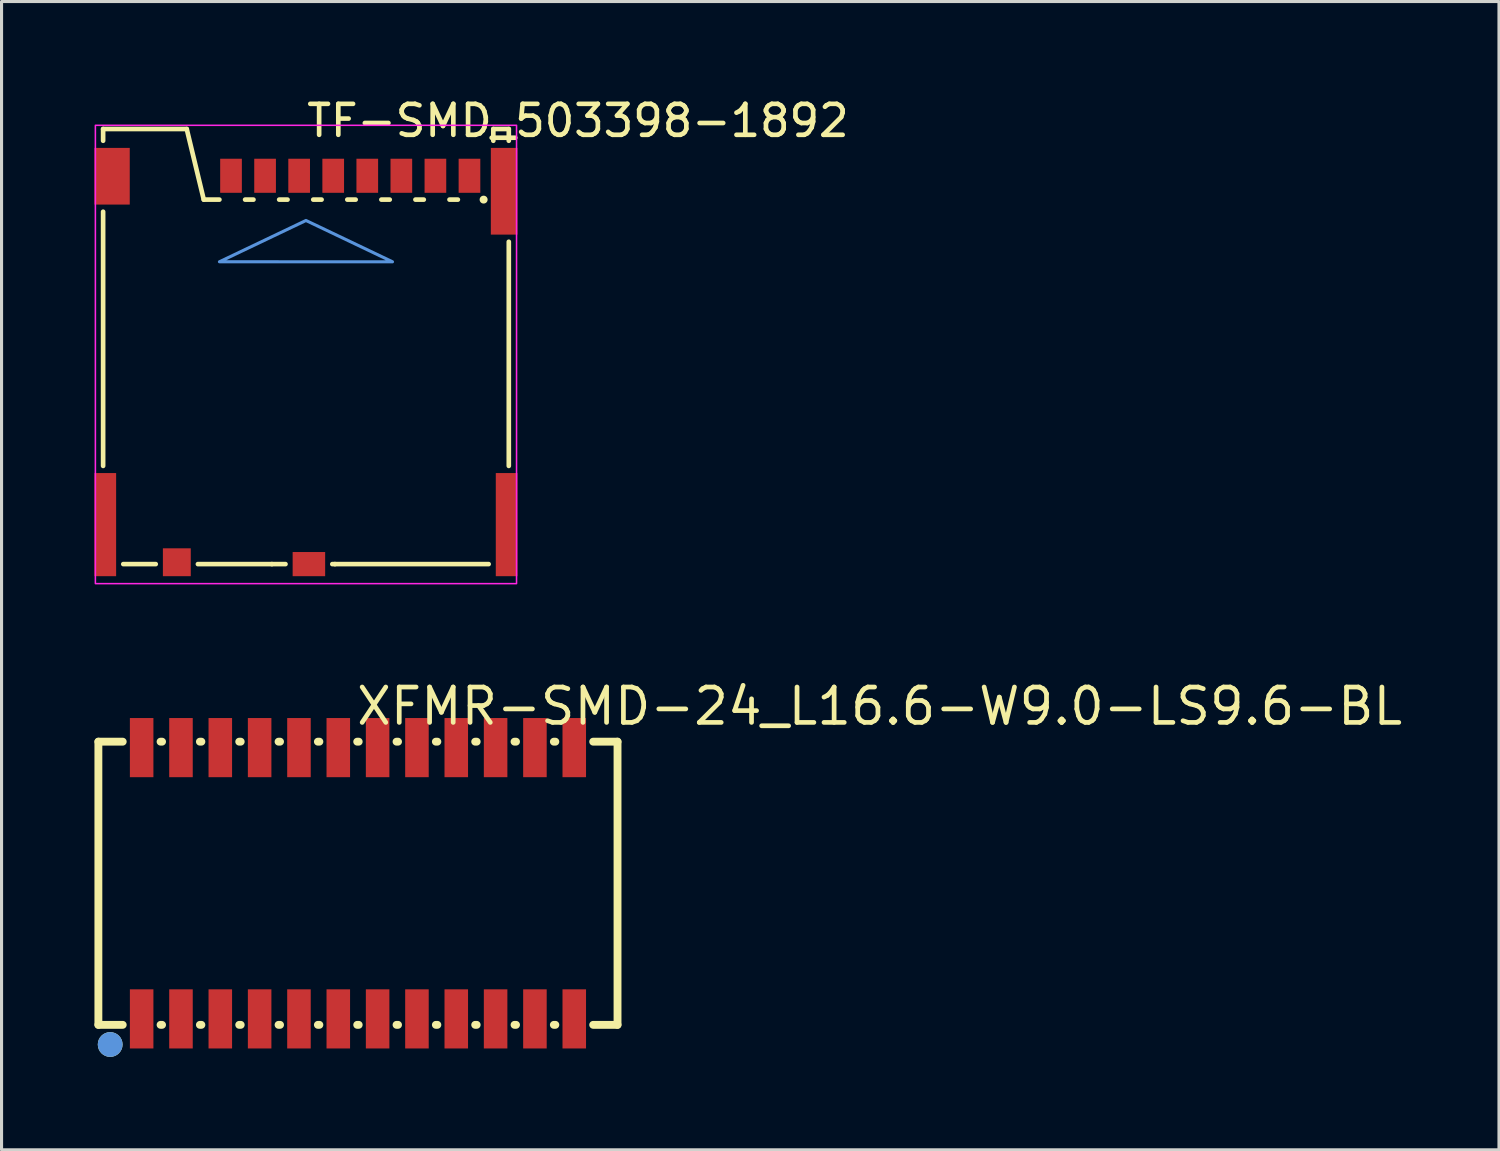
<source format=kicad_pcb>
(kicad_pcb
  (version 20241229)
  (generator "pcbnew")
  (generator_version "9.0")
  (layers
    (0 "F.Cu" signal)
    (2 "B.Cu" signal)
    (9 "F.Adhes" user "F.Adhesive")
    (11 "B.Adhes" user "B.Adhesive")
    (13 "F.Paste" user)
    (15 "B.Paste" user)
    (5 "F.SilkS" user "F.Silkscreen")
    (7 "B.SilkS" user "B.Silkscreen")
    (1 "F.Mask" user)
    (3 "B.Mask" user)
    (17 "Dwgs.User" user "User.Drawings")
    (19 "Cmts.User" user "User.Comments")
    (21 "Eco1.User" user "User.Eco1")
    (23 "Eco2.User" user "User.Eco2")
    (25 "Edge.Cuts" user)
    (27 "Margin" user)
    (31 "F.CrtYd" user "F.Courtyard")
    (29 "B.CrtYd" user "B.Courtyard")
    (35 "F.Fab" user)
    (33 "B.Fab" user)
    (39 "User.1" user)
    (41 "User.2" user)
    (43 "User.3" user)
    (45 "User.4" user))
  (footprint "XFMR-SMD-24_L16.6-W9.0-LS9.6-BL"
    (layer "F.Cu")
    (at 8.509 25.472)
    (property "Reference" "XFMR-SMD-24_L16.6-W9.0-LS9.6-BL" (at -0.127 -5.715 0) (layer "F.SilkS") (effects (font (size 1.143 1.143) (thickness 0.152)) (justify left)))
    (attr smd)
    (fp_line (start -8.382 -4.572) (end -8.382 4.572) (stroke (width 0.254) (type solid)) (layer "F.SilkS"))
    (fp_line (start -8.382 4.572) (end -7.596 4.572) (stroke (width 0.254) (type solid)) (layer "F.SilkS"))
    (fp_line (start -7.596 -4.572) (end -8.382 -4.572) (stroke (width 0.254) (type solid)) (layer "F.SilkS"))
    (fp_line (start -6.374 4.572) (end -6.326 4.572) (stroke (width 0.254) (type solid)) (layer "F.SilkS"))
    (fp_line (start -6.326 -4.572) (end -6.374 -4.572) (stroke (width 0.254) (type solid)) (layer "F.SilkS"))
    (fp_line (start -5.104 4.572) (end -5.056 4.572) (stroke (width 0.254) (type solid)) (layer "F.SilkS"))
    (fp_line (start -5.056 -4.572) (end -5.104 -4.572) (stroke (width 0.254) (type solid)) (layer "F.SilkS"))
    (fp_line (start -3.834 4.572) (end -3.786 4.572) (stroke (width 0.254) (type solid)) (layer "F.SilkS"))
    (fp_line (start -3.786 -4.572) (end -3.834 -4.572) (stroke (width 0.254) (type solid)) (layer "F.SilkS"))
    (fp_line (start -2.564 4.572) (end -2.516 4.572) (stroke (width 0.254) (type solid)) (layer "F.SilkS"))
    (fp_line (start -2.516 -4.572) (end -2.564 -4.572) (stroke (width 0.254) (type solid)) (layer "F.SilkS"))
    (fp_line (start -1.294 4.572) (end -1.246 4.572) (stroke (width 0.254) (type solid)) (layer "F.SilkS"))
    (fp_line (start -1.246 -4.572) (end -1.294 -4.572) (stroke (width 0.254) (type solid)) (layer "F.SilkS"))
    (fp_line (start -0.024 4.572) (end 0.024 4.572) (stroke (width 0.254) (type solid)) (layer "F.SilkS"))
    (fp_line (start 0.024 -4.572) (end -0.024 -4.572) (stroke (width 0.254) (type solid)) (layer "F.SilkS"))
    (fp_line (start 1.246 4.572) (end 1.294 4.572) (stroke (width 0.254) (type solid)) (layer "F.SilkS"))
    (fp_line (start 1.294 -4.572) (end 1.246 -4.572) (stroke (width 0.254) (type solid)) (layer "F.SilkS"))
    (fp_line (start 2.516 4.572) (end 2.564 4.572) (stroke (width 0.254) (type solid)) (layer "F.SilkS"))
    (fp_line (start 2.564 -4.572) (end 2.516 -4.572) (stroke (width 0.254) (type solid)) (layer "F.SilkS"))
    (fp_line (start 3.786 4.572) (end 3.834 4.572) (stroke (width 0.254) (type solid)) (layer "F.SilkS"))
    (fp_line (start 3.834 -4.572) (end 3.786 -4.572) (stroke (width 0.254) (type solid)) (layer "F.SilkS"))
    (fp_line (start 5.056 4.572) (end 5.104 4.572) (stroke (width 0.254) (type solid)) (layer "F.SilkS"))
    (fp_line (start 5.104 -4.572) (end 5.056 -4.572) (stroke (width 0.254) (type solid)) (layer "F.SilkS"))
    (fp_line (start 6.326 4.572) (end 6.374 4.572) (stroke (width 0.254) (type solid)) (layer "F.SilkS"))
    (fp_line (start 6.374 -4.572) (end 6.326 -4.572) (stroke (width 0.254) (type solid)) (layer "F.SilkS"))
    (fp_line (start 7.596 4.572) (end 8.382 4.572) (stroke (width 0.254) (type solid)) (layer "F.SilkS"))
    (fp_line (start 8.382 -4.572) (end 7.596 -4.572) (stroke (width 0.254) (type solid)) (layer "F.SilkS"))
    (fp_line (start 8.382 4.572) (end 8.382 -4.572) (stroke (width 0.254) (type solid)) (layer "F.SilkS"))
    (fp_circle (center -8.001 5.207) (end -7.801 5.207) (stroke (width 0.4) (type solid)) (fill no) (layer "F.SilkS"))
    (fp_circle (center -8.001 5.207) (end -7.801 5.207) (stroke (width 0.4) (type solid)) (fill no) (layer "Cmts.User"))
    (pad "1" smd rect (at -6.985 4.38 90) (size 1.91 0.76) (layers "F.Cu" "F.Mask" "F.Paste"))
    (pad "2" smd rect (at -5.715 4.38 90) (size 1.91 0.76) (layers "F.Cu" "F.Mask" "F.Paste"))
    (pad "3" smd rect (at -4.445 4.38 90) (size 1.91 0.76) (layers "F.Cu" "F.Mask" "F.Paste"))
    (pad "4" smd rect (at -3.175 4.38 90) (size 1.91 0.76) (layers "F.Cu" "F.Mask" "F.Paste"))
    (pad "5" smd rect (at -1.905 4.38 90) (size 1.91 0.76) (layers "F.Cu" "F.Mask" "F.Paste"))
    (pad "6" smd rect (at -0.635 4.38 90) (size 1.91 0.76) (layers "F.Cu" "F.Mask" "F.Paste"))
    (pad "7" smd rect (at 0.635 4.38 90) (size 1.91 0.76) (layers "F.Cu" "F.Mask" "F.Paste"))
    (pad "8" smd rect (at 1.905 4.38 90) (size 1.91 0.76) (layers "F.Cu" "F.Mask" "F.Paste"))
    (pad "9" smd rect (at 3.175 4.38 90) (size 1.91 0.76) (layers "F.Cu" "F.Mask" "F.Paste"))
    (pad "10" smd rect (at 4.445 4.38 90) (size 1.91 0.76) (layers "F.Cu" "F.Mask" "F.Paste"))
    (pad "11" smd rect (at 5.715 4.38 90) (size 1.91 0.76) (layers "F.Cu" "F.Mask" "F.Paste"))
    (pad "12" smd rect (at 6.985 4.38 90) (size 1.91 0.76) (layers "F.Cu" "F.Mask" "F.Paste"))
    (pad "13" smd rect (at 6.985 -4.38 90) (size 1.91 0.76) (layers "F.Cu" "F.Mask" "F.Paste"))
    (pad "14" smd rect (at 5.715 -4.38 90) (size 1.91 0.76) (layers "F.Cu" "F.Mask" "F.Paste"))
    (pad "15" smd rect (at 4.445 -4.38 90) (size 1.91 0.76) (layers "F.Cu" "F.Mask" "F.Paste"))
    (pad "16" smd rect (at 3.175 -4.38 90) (size 1.91 0.76) (layers "F.Cu" "F.Mask" "F.Paste"))
    (pad "17" smd rect (at 1.905 -4.38 90) (size 1.91 0.76) (layers "F.Cu" "F.Mask" "F.Paste"))
    (pad "18" smd rect (at 0.635 -4.38 90) (size 1.91 0.76) (layers "F.Cu" "F.Mask" "F.Paste"))
    (pad "19" smd rect (at -0.635 -4.38 90) (size 1.91 0.76) (layers "F.Cu" "F.Mask" "F.Paste"))
    (pad "20" smd rect (at -1.905 -4.38 90) (size 1.91 0.76) (layers "F.Cu" "F.Mask" "F.Paste"))
    (pad "21" smd rect (at -3.175 -4.38 90) (size 1.91 0.76) (layers "F.Cu" "F.Mask" "F.Paste"))
    (pad "22" smd rect (at -4.445 -4.38 90) (size 1.91 0.76) (layers "F.Cu" "F.Mask" "F.Paste"))
    (pad "23" smd rect (at -5.715 -4.38 90) (size 1.91 0.76) (layers "F.Cu" "F.Mask" "F.Paste"))
    (pad "24" smd rect (at -6.985 -4.38 90) (size 1.91 0.76) (layers "F.Cu" "F.Mask" "F.Paste")))
  (footprint "TF-SMD_503398-1892"
    (layer "F.Cu")
    (at 6.83 8.896)
    (property "Reference" "TF-SMD_503398-1892" (at -0.054 -8.048 0) (layer "F.SilkS") (effects (font (size 1 1) (thickness 0.15)) (justify left)))
    (attr smd)
    (fp_line (start -6.55 -7.78) (end -6.55 -7.401) (stroke (width 0.15) (type solid)) (layer "F.SilkS"))
    (fp_line (start -6.55 -7.78) (end -3.85 -7.78) (stroke (width 0.15) (type solid)) (layer "F.SilkS"))
    (fp_line (start -6.55 -5.109) (end -6.55 3.099) (stroke (width 0.15) (type solid)) (layer "F.SilkS"))
    (fp_line (start -4.851 6.27) (end -5.899 6.27) (stroke (width 0.15) (type solid)) (layer "F.SilkS"))
    (fp_line (start -3.85 -7.78) (end -3.3 -5.5) (stroke (width 0.15) (type solid)) (layer "F.SilkS"))
    (fp_line (start -3.3 -5.5) (end -2.795 -5.5) (stroke (width 0.15) (type solid)) (layer "F.SilkS"))
    (fp_line (start -1.965 -5.5) (end -1.695 -5.5) (stroke (width 0.15) (type solid)) (layer "F.SilkS"))
    (fp_line (start -1.1 6.27) (end -3.489 6.27) (stroke (width 0.15) (type solid)) (layer "F.SilkS"))
    (fp_line (start -0.865 -5.5) (end -0.595 -5.5) (stroke (width 0.15) (type solid)) (layer "F.SilkS"))
    (fp_line (start -0.661 6.27) (end -1.1 6.27) (stroke (width 0.15) (type solid)) (layer "F.SilkS"))
    (fp_line (start 0.235 -5.5) (end 0.505 -5.5) (stroke (width 0.15) (type solid)) (layer "F.SilkS"))
    (fp_line (start 0.935 6.27) (end 0.851 6.27) (stroke (width 0.15) (type solid)) (layer "F.SilkS"))
    (fp_line (start 0.935 6.27) (end 5.899 6.27) (stroke (width 0.15) (type solid)) (layer "F.SilkS"))
    (fp_line (start 1.335 -5.5) (end 1.605 -5.5) (stroke (width 0.15) (type solid)) (layer "F.SilkS"))
    (fp_line (start 2.435 -5.5) (end 2.705 -5.5) (stroke (width 0.15) (type solid)) (layer "F.SilkS"))
    (fp_line (start 3.535 -5.5) (end 3.805 -5.5) (stroke (width 0.15) (type solid)) (layer "F.SilkS"))
    (fp_line (start 4.635 -5.5) (end 4.905 -5.5) (stroke (width 0.15) (type solid)) (layer "F.SilkS"))
    (fp_line (start 5.735 -5.5) (end 5.739 -5.5) (stroke (width 0.254) (type solid)) (layer "F.SilkS"))
    (fp_line (start 6.05 -7.78) (end 6.05 -7.401) (stroke (width 0.15) (type solid)) (layer "F.SilkS"))
    (fp_line (start 6.55 -7.78) (end 6.05 -7.78) (stroke (width 0.15) (type solid)) (layer "F.SilkS"))
    (fp_line (start 6.55 -7.78) (end 6.55 -7.401) (stroke (width 0.15) (type solid)) (layer "F.SilkS"))
    (fp_line (start 6.55 -4.139) (end 6.55 3.099) (stroke (width 0.15) (type solid)) (layer "F.SilkS"))
    (fp_poly (pts (xy 2.794 -3.492) (xy -2.794 -3.493) (xy 0 -4.826)) (stroke (width 0.1) (type solid)) (fill no) (layer "Cmts.User"))
    (fp_rect (start -6.8 -7.9) (end 6.8 6.9) (stroke (width 0.05) (type default)) (fill no) (layer "F.CrtYd"))
    (pad "1" smd rect (at -2.42 -6.27) (size 0.7 1.1) (layers "F.Cu" "F.Mask" "F.Paste"))
    (pad "2" smd rect (at -1.32 -6.27) (size 0.7 1.1) (layers "F.Cu" "F.Mask" "F.Paste"))
    (pad "3" smd rect (at -0.22 -6.27) (size 0.7 1.1) (layers "F.Cu" "F.Mask" "F.Paste"))
    (pad "4" smd rect (at 0.88 -6.27) (size 0.7 1.1) (layers "F.Cu" "F.Mask" "F.Paste"))
    (pad "5" smd rect (at 1.98 -6.27) (size 0.7 1.1) (layers "F.Cu" "F.Mask" "F.Paste"))
    (pad "6" smd rect (at 3.08 -6.27) (size 0.7 1.1) (layers "F.Cu" "F.Mask" "F.Paste"))
    (pad "7" smd rect (at 4.18 -6.27) (size 0.7 1.1) (layers "F.Cu" "F.Mask" "F.Paste"))
    (pad "8" smd rect (at 5.28 -6.27) (size 0.7 1.1) (layers "F.Cu" "F.Mask" "F.Paste"))
    (pad "9" smd rect (at 0.095 6.27) (size 1.05 0.78) (layers "F.Cu" "F.Mask" "F.Paste"))
    (pad "10" smd rect (at -4.17 6.21) (size 0.9 0.9) (layers "F.Cu" "F.Mask" "F.Paste"))
    (pad "11" smd rect (at -6.48 4.995) (size 0.7 3.33) (layers "F.Cu" "F.Mask" "F.Paste"))
    (pad "11" smd rect (at -6.26 -6.255) (size 1.14 1.83) (layers "F.Cu" "F.Mask" "F.Paste"))
    (pad "11" smd rect (at 6.4 -5.77) (size 0.86 2.8) (layers "F.Cu" "F.Mask" "F.Paste"))
    (pad "11" smd rect (at 6.48 4.995) (size 0.7 3.33) (layers "F.Cu" "F.Mask" "F.Paste")))
  (gr_rect
    (start -3 -3)
    (end 45.355 34.079)
    (stroke (width 0.1) (type default))
    (fill no)
    (layer "Edge.Cuts")))
</source>
